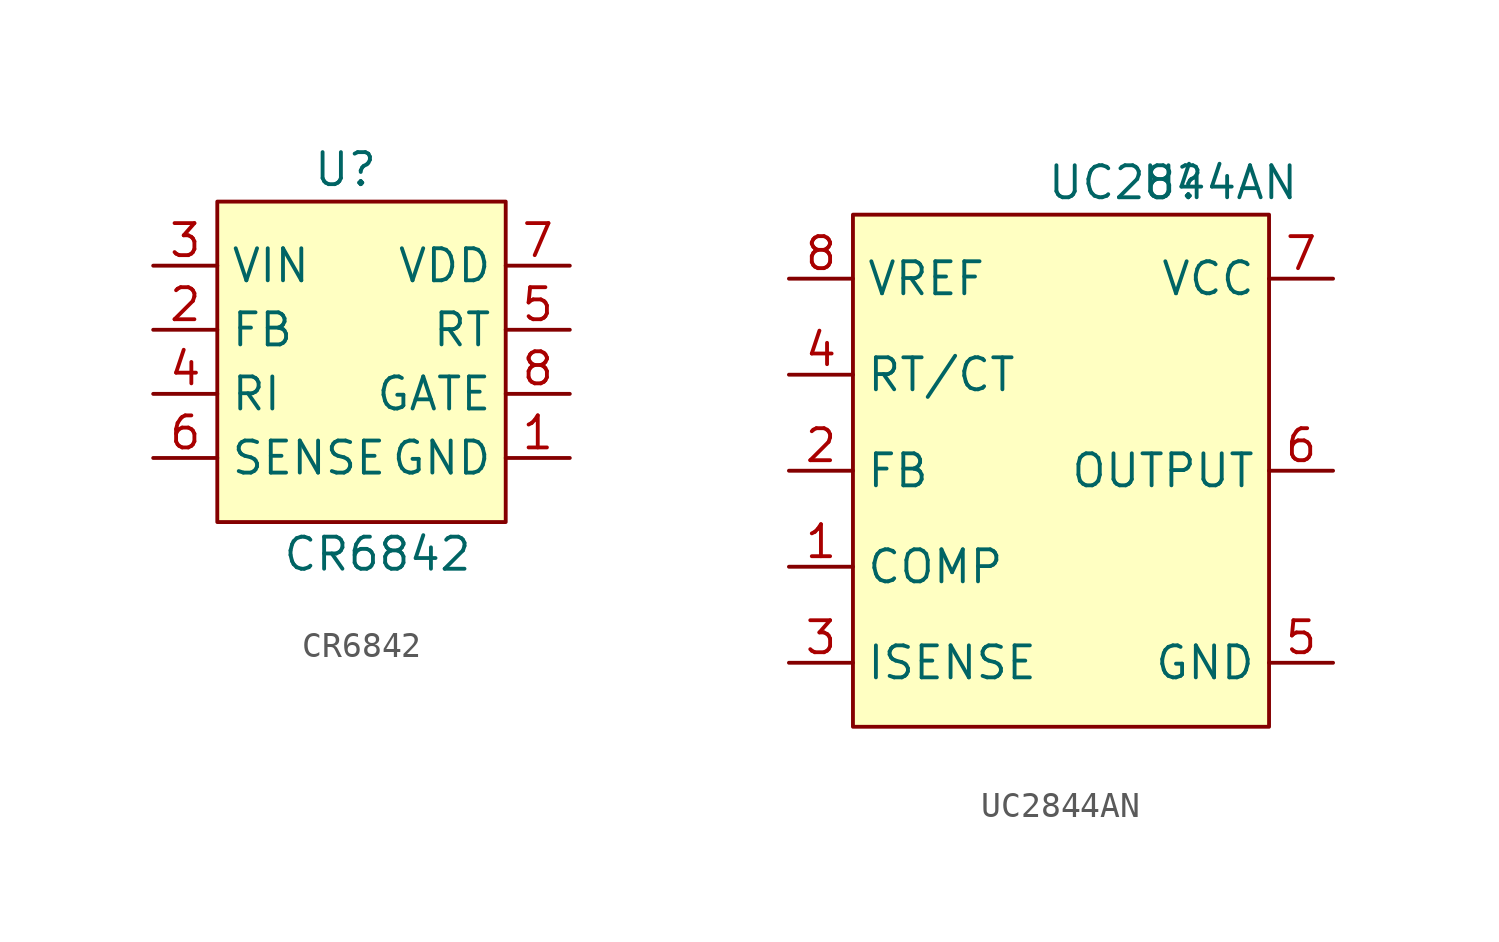
<source format=kicad_sym>
(kicad_symbol_lib
  (version 20211014)
  (generator kicad_symbol_editor)
  (symbol "CR6842"
    (property "Reference" "U"
      (at 3.81 1.27 0)
      (effects (font (size 1.27 1.27))))
    (property "Value" "CR6842"
      (at 5.08 -13.97 0)
      (effects (font (size 1.27 1.27))))
    (symbol "CR6842_0_1"
      (rectangle (start -1.27 0) (end 10.16 -12.7) (stroke (width 0) (type default) (color 0 0 0 0)) (fill (type background))))
    (symbol "CR6842_1_1"
      (pin input line (at 12.7 -10.16 180) (length 2.54) (name "GND" (effects (font (size 1.27 1.27)))) (number "1" (effects (font (size 1.27 1.27)))))
      (pin input line (at -3.81 -5.08 0) (length 2.54) (name "FB" (effects (font (size 1.27 1.27)))) (number "2" (effects (font (size 1.27 1.27)))))
      (pin input line (at -3.81 -2.54 0) (length 2.54) (name "VIN" (effects (font (size 1.27 1.27)))) (number "3" (effects (font (size 1.27 1.27)))))
      (pin input line (at -3.81 -7.62 0) (length 2.54) (name "RI" (effects (font (size 1.27 1.27)))) (number "4" (effects (font (size 1.27 1.27)))))
      (pin input line (at 12.7 -5.08 180) (length 2.54) (name "RT" (effects (font (size 1.27 1.27)))) (number "5" (effects (font (size 1.27 1.27)))))
      (pin input line (at -3.81 -10.16 0) (length 2.54) (name "SENSE" (effects (font (size 1.27 1.27)))) (number "6" (effects (font (size 1.27 1.27)))))
      (pin input line (at 12.7 -2.54 180) (length 2.54) (name "VDD" (effects (font (size 1.27 1.27)))) (number "7" (effects (font (size 1.27 1.27)))))
      (pin input line (at 12.7 -7.62 180) (length 2.54) (name "GATE" (effects (font (size 1.27 1.27)))) (number "8" (effects (font (size 1.27 1.27)))))))
  (symbol "UC2844AN"
    (property "Reference" "U"
      (at 0 0 0)
      (effects (font (size 1.27 1.27))))
    (property "Value" "UC2844AN"
      (at 0 0 0)
      (effects (font (size 1.27 1.27))))
    (symbol "UC2844AN_0_1"
      (rectangle (start -12.7 -1.27) (end 3.81 -21.59) (stroke (width 0) (type default) (color 0 0 0 0)) (fill (type background))))
    (symbol "UC2844AN_1_1"
      (pin input line (at -15.24 -15.24 0) (length 2.54) (name "COMP" (effects (font (size 1.27 1.27)))) (number "1" (effects (font (size 1.27 1.27)))))
      (pin input line (at -15.24 -11.43 0) (length 2.54) (name "FB" (effects (font (size 1.27 1.27)))) (number "2" (effects (font (size 1.27 1.27)))))
      (pin input line (at -15.24 -19.05 0) (length 2.54) (name "ISENSE" (effects (font (size 1.27 1.27)))) (number "3" (effects (font (size 1.27 1.27)))))
      (pin input line (at -15.24 -7.62 0) (length 2.54) (name "RT/CT" (effects (font (size 1.27 1.27)))) (number "4" (effects (font (size 1.27 1.27)))))
      (pin input line (at 6.35 -19.05 180) (length 2.54) (name "GND" (effects (font (size 1.27 1.27)))) (number "5" (effects (font (size 1.27 1.27)))))
      (pin input line (at 6.35 -11.43 180) (length 2.54) (name "OUTPUT" (effects (font (size 1.27 1.27)))) (number "6" (effects (font (size 1.27 1.27)))))
      (pin input line (at 6.35 -3.81 180) (length 2.54) (name "VCC" (effects (font (size 1.27 1.27)))) (number "7" (effects (font (size 1.27 1.27)))))
      (pin input line (at -15.24 -3.81 0) (length 2.54) (name "VREF" (effects (font (size 1.27 1.27)))) (number "8" (effects (font (size 1.27 1.27))))))))
</source>
